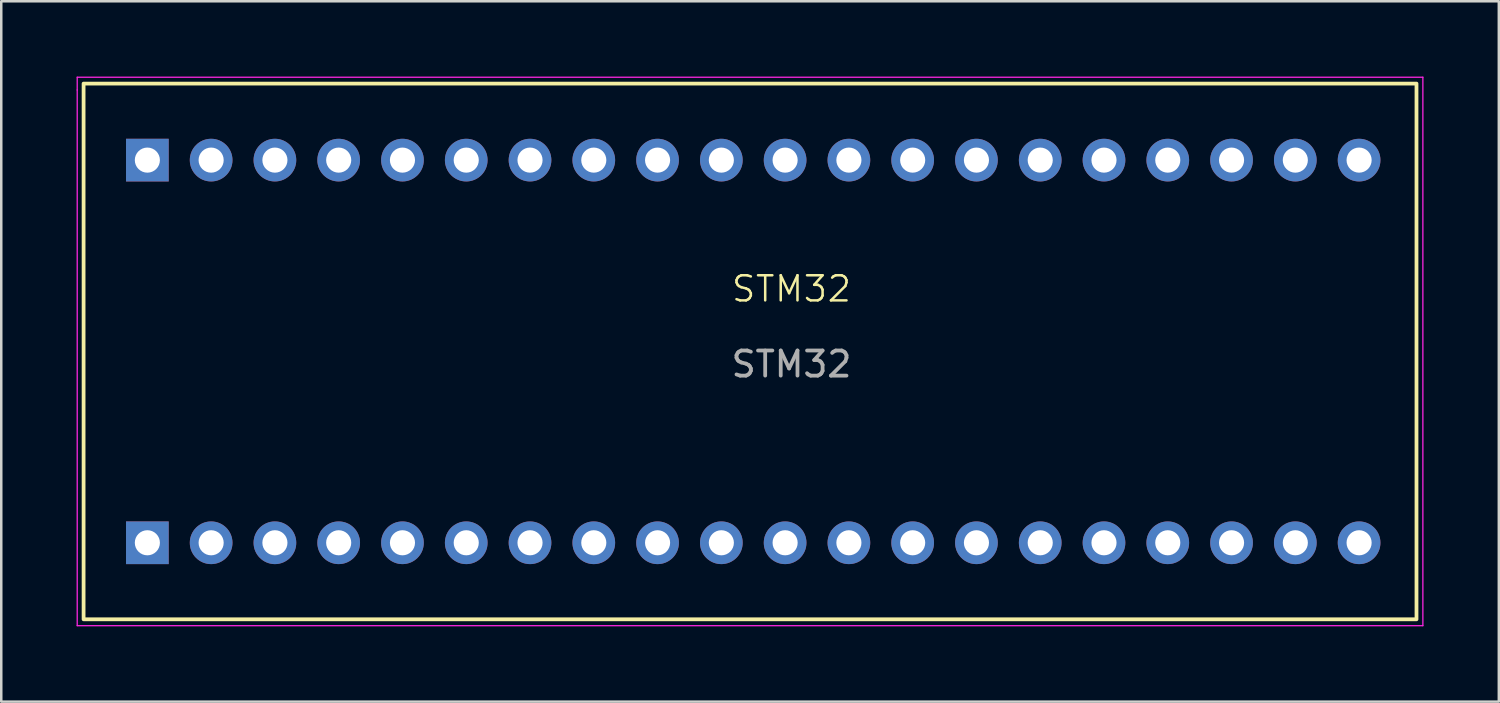
<source format=kicad_pcb>
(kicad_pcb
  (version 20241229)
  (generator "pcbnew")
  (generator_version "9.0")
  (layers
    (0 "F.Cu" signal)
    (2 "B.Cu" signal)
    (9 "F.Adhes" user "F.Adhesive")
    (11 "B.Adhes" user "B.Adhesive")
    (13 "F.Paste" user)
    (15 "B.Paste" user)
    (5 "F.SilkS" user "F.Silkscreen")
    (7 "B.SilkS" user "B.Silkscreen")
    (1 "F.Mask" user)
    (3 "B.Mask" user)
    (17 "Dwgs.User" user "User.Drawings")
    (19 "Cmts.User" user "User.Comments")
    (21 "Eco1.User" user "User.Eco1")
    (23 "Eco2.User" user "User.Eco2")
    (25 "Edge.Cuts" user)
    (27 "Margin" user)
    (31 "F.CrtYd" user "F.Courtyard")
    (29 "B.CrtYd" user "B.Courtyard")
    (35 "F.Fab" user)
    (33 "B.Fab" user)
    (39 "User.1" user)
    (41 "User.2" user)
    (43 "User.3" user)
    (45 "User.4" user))
  (footprint "STM32"
    (layer "F.Cu")
    (at 0.279 21.615)
    (property "Reference" "STM32" (at 28.194 -13.16 0) (unlocked yes) (layer "F.SilkS") (effects (font (size 1 1) (thickness 0.1))))
    (attr through_hole)
    (fp_rect (start 0 -21.336) (end 53.086 0) (stroke (width 0.15) (type default)) (fill no) (layer "F.SilkS"))
    (fp_line (start -0.254 -21.59) (end -0.254 -21.082) (stroke (width 0.05) (type default)) (layer "F.CrtYd"))
    (fp_line (start -0.254 -21.082) (end -0.254 0.254) (stroke (width 0.05) (type default)) (layer "F.CrtYd"))
    (fp_line (start -0.254 0.254) (end 53.34 0.254) (stroke (width 0.05) (type default)) (layer "F.CrtYd"))
    (fp_line (start 53.34 -21.59) (end -0.254 -21.59) (stroke (width 0.05) (type default)) (layer "F.CrtYd"))
    (fp_line (start 53.34 0.254) (end 53.34 -21.59) (stroke (width 0.05) (type default)) (layer "F.CrtYd"))
    (fp_text user "${REFERENCE}" (at 28.194 -10.16 0) (unlocked yes) (layer "F.Fab") (effects (font (size 1 1) (thickness 0.15))))
    (pad "1" thru_hole rect (at 2.54 -3.048) (size 1.7 1.7) (drill 1) (layers "*.Cu" "*.Mask"))
    (pad "2" thru_hole circle (at 5.08 -3.048) (size 1.7 1.7) (drill 1) (layers "*.Cu" "*.Mask"))
    (pad "3" thru_hole circle (at 7.62 -3.048) (size 1.7 1.7) (drill 1) (layers "*.Cu" "*.Mask"))
    (pad "4" thru_hole circle (at 10.16 -3.048) (size 1.7 1.7) (drill 1) (layers "*.Cu" "*.Mask"))
    (pad "5" thru_hole circle (at 12.7 -3.048) (size 1.7 1.7) (drill 1) (layers "*.Cu" "*.Mask"))
    (pad "6" thru_hole circle (at 15.24 -3.048) (size 1.7 1.7) (drill 1) (layers "*.Cu" "*.Mask"))
    (pad "7" thru_hole circle (at 17.78 -3.048) (size 1.7 1.7) (drill 1) (layers "*.Cu" "*.Mask"))
    (pad "8" thru_hole circle (at 20.32 -3.048) (size 1.7 1.7) (drill 1) (layers "*.Cu" "*.Mask"))
    (pad "9" thru_hole circle (at 22.86 -3.048) (size 1.7 1.7) (drill 1) (layers "*.Cu" "*.Mask"))
    (pad "10" thru_hole circle (at 25.4 -3.048) (size 1.7 1.7) (drill 1) (layers "*.Cu" "*.Mask"))
    (pad "11" thru_hole circle (at 27.94 -3.048) (size 1.7 1.7) (drill 1) (layers "*.Cu" "*.Mask"))
    (pad "12" thru_hole circle (at 30.48 -3.048) (size 1.7 1.7) (drill 1) (layers "*.Cu" "*.Mask"))
    (pad "13" thru_hole circle (at 33.02 -3.048) (size 1.7 1.7) (drill 1) (layers "*.Cu" "*.Mask"))
    (pad "14" thru_hole circle (at 35.56 -3.048) (size 1.7 1.7) (drill 1) (layers "*.Cu" "*.Mask"))
    (pad "15" thru_hole circle (at 38.1 -3.048) (size 1.7 1.7) (drill 1) (layers "*.Cu" "*.Mask"))
    (pad "16" thru_hole circle (at 40.64 -3.048) (size 1.7 1.7) (drill 1) (layers "*.Cu" "*.Mask"))
    (pad "17" thru_hole circle (at 43.18 -3.048) (size 1.7 1.7) (drill 1) (layers "*.Cu" "*.Mask"))
    (pad "18" thru_hole circle (at 45.72 -3.048) (size 1.7 1.7) (drill 1) (layers "*.Cu" "*.Mask"))
    (pad "19" thru_hole circle (at 48.26 -3.048) (size 1.7 1.7) (drill 1) (layers "*.Cu" "*.Mask"))
    (pad "20" thru_hole circle (at 50.8 -3.048) (size 1.7 1.7) (drill 1) (layers "*.Cu" "*.Mask"))
    (pad "21" thru_hole circle (at 50.8 -18.288) (size 1.7 1.7) (drill 1) (layers "*.Cu" "*.Mask"))
    (pad "22" thru_hole circle (at 48.26 -18.288) (size 1.7 1.7) (drill 1) (layers "*.Cu" "*.Mask"))
    (pad "23" thru_hole circle (at 45.72 -18.288) (size 1.7 1.7) (drill 1) (layers "*.Cu" "*.Mask"))
    (pad "24" thru_hole circle (at 43.18 -18.288) (size 1.7 1.7) (drill 1) (layers "*.Cu" "*.Mask"))
    (pad "25" thru_hole circle (at 40.64 -18.288) (size 1.7 1.7) (drill 1) (layers "*.Cu" "*.Mask"))
    (pad "26" thru_hole circle (at 38.1 -18.288) (size 1.7 1.7) (drill 1) (layers "*.Cu" "*.Mask"))
    (pad "27" thru_hole circle (at 35.56 -18.288) (size 1.7 1.7) (drill 1) (layers "*.Cu" "*.Mask"))
    (pad "28" thru_hole circle (at 33.02 -18.288) (size 1.7 1.7) (drill 1) (layers "*.Cu" "*.Mask"))
    (pad "29" thru_hole circle (at 30.48 -18.288) (size 1.7 1.7) (drill 1) (layers "*.Cu" "*.Mask"))
    (pad "30" thru_hole circle (at 27.94 -18.288) (size 1.7 1.7) (drill 1) (layers "*.Cu" "*.Mask"))
    (pad "31" thru_hole circle (at 25.4 -18.288) (size 1.7 1.7) (drill 1) (layers "*.Cu" "*.Mask"))
    (pad "32" thru_hole circle (at 22.86 -18.288) (size 1.7 1.7) (drill 1) (layers "*.Cu" "*.Mask"))
    (pad "33" thru_hole circle (at 20.32 -18.288) (size 1.7 1.7) (drill 1) (layers "*.Cu" "*.Mask"))
    (pad "34" thru_hole circle (at 17.78 -18.288) (size 1.7 1.7) (drill 1) (layers "*.Cu" "*.Mask"))
    (pad "35" thru_hole circle (at 15.24 -18.288) (size 1.7 1.7) (drill 1) (layers "*.Cu" "*.Mask"))
    (pad "36" thru_hole circle (at 12.7 -18.288) (size 1.7 1.7) (drill 1) (layers "*.Cu" "*.Mask"))
    (pad "37" thru_hole circle (at 10.16 -18.288) (size 1.7 1.7) (drill 1) (layers "*.Cu" "*.Mask"))
    (pad "38" thru_hole circle (at 7.62 -18.288) (size 1.7 1.7) (drill 1) (layers "*.Cu" "*.Mask"))
    (pad "39" thru_hole circle (at 5.08 -18.288) (size 1.7 1.7) (drill 1) (layers "*.Cu" "*.Mask"))
    (pad "40" thru_hole rect (at 2.54 -18.288) (size 1.7 1.7) (drill 1) (layers "*.Cu" "*.Mask")))
  (gr_rect
    (start -3 -3)
    (end 56.644 24.894)
    (stroke (width 0.1) (type default))
    (fill no)
    (layer "Edge.Cuts")))
</source>
